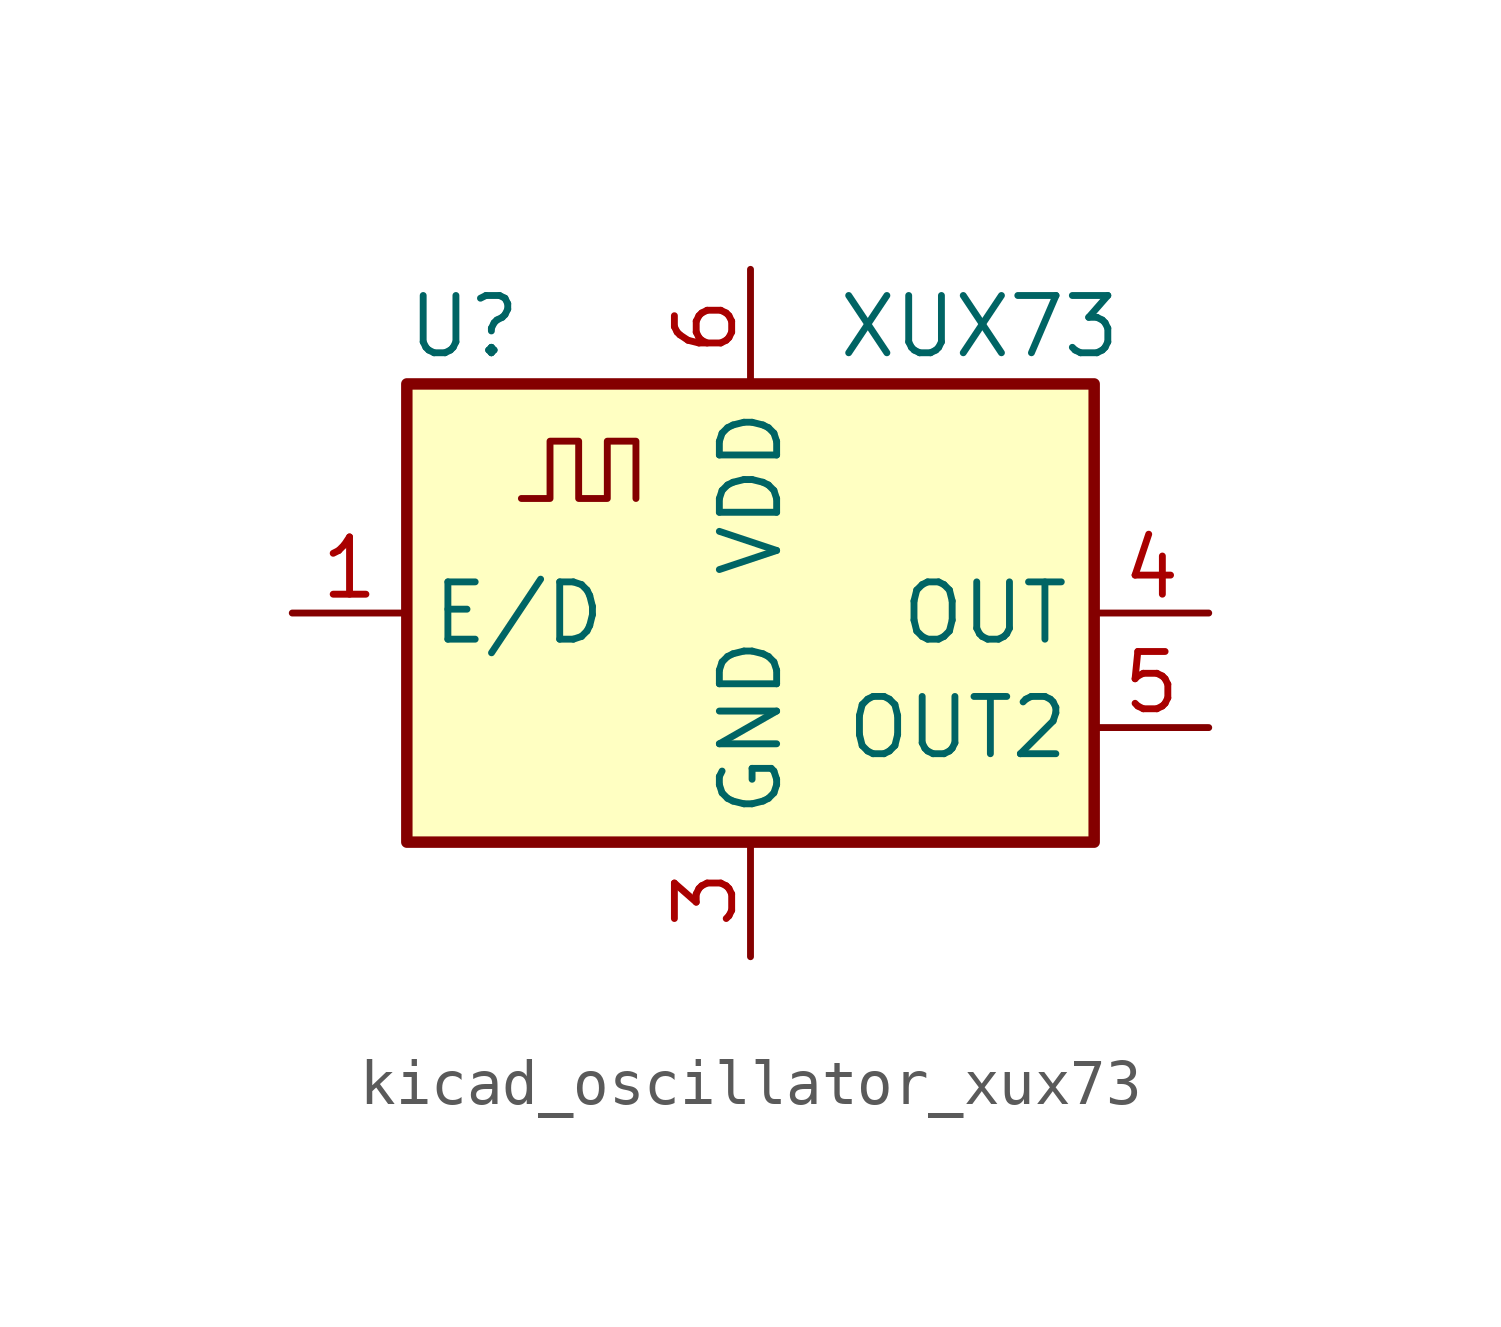
<source format=kicad_sym>
(kicad_symbol_lib
  (version 20220914)
  (generator kicad_symbol_editor)
  (symbol "kicad_oscillator_xux73"
    (property "Reference" "U"
      (at -6.35 6.35 0)
      (effects (font (size 1.27 1.27))))
    (property "Value" "XUX73"
      (at 5.08 6.35 0)
      (effects (font (size 1.27 1.27))))
    (symbol "kicad_oscillator_xux73_0_1"
      (rectangle (start -7.62 5.08) (end 7.62 -5.08) (stroke (width 0.254) (type default)) (fill (type background))))
    (symbol "kicad_oscillator_xux73_1_1"
      (polyline (pts (xy -5.08 2.54) (xy -4.445 2.54) (xy -4.445 3.81) (xy -3.81 3.81) (xy -3.81 2.54) (xy -3.175 2.54) (xy -3.175 3.81) (xy -2.54 3.81) (xy -2.54 2.54)) (stroke (width 0) (type default)) (fill (type none)))
      (pin input line (at -10.16 0 0) (length 2.54) (name "E/D" (effects (font (size 1.27 1.27)))) (number "1" (effects (font (size 1.27 1.27)))))
      (pin no_connect line (at -7.62 -2.54 0) (length 2.54) hide (name "NC" (effects (font (size 1.27 1.27)))) (number "2" (effects (font (size 1.27 1.27)))))
      (pin power_in line (at 0 -7.62 90) (length 2.54) (name "GND" (effects (font (size 1.27 1.27)))) (number "3" (effects (font (size 1.27 1.27)))))
      (pin output line (at 10.16 0 180) (length 2.54) (name "OUT" (effects (font (size 1.27 1.27)))) (number "4" (effects (font (size 1.27 1.27)))))
      (pin output line (at 10.16 -2.54 180) (length 2.54) (name "OUT2" (effects (font (size 1.27 1.27)))) (number "5" (effects (font (size 1.27 1.27)))))
      (pin power_in line (at 0 7.62 270) (length 2.54) (name "VDD" (effects (font (size 1.27 1.27)))) (number "6" (effects (font (size 1.27 1.27))))))))
</source>
